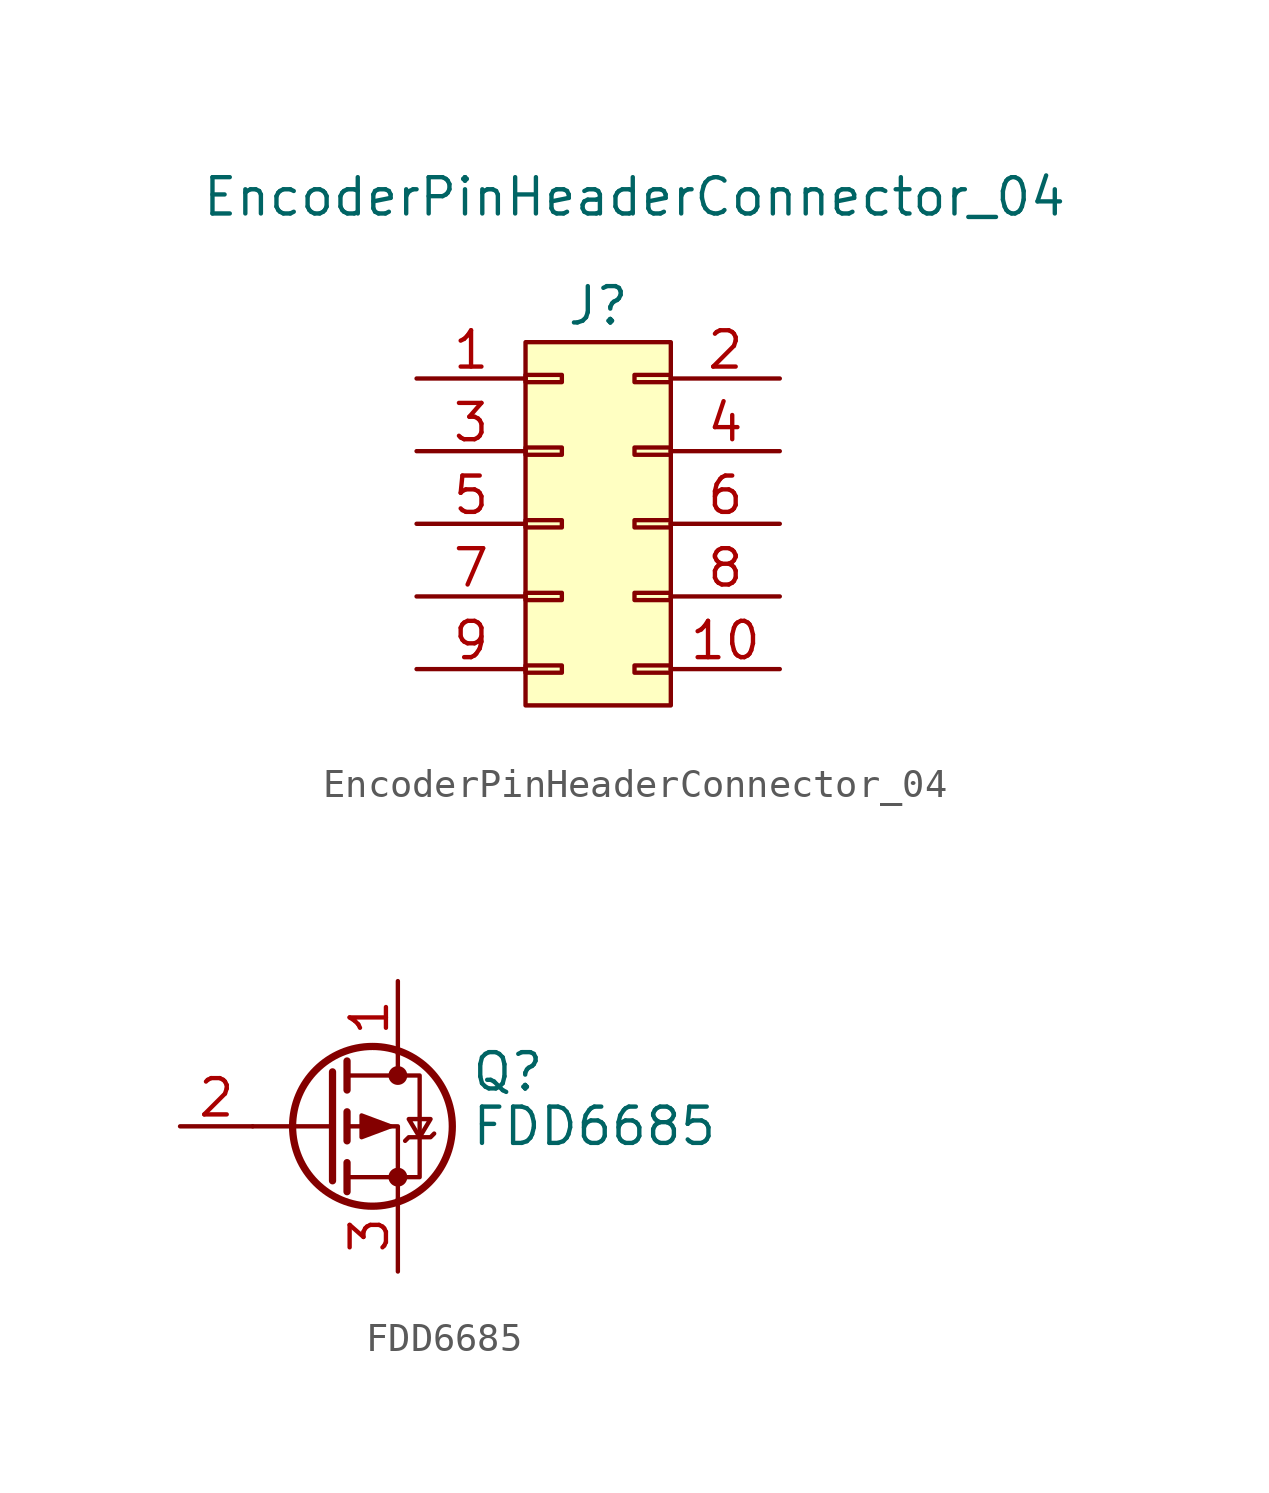
<source format=kicad_sym>
(kicad_symbol_lib
  (version 20220914)
  (generator kicad_symbol_editor)
  (symbol "EncoderPinHeaderConnector_04"
    (pin_names
      (offset 1.016) hide)
    (property "Reference" "J"
      (at 1.27 5.08 0)
      (effects (font (size 1.27 1.27))))
    (property "Value" "EncoderPinHeaderConnector_04"
      (at 2.54 8.89 0)
      (effects (font (size 1.27 1.27))))
    (symbol "EncoderPinHeaderConnector_04_0_1"
      (rectangle (start -1.27 3.81) (end 3.81 -8.89) (stroke (width 0) (type solid)) (fill (type background))))
    (symbol "EncoderPinHeaderConnector_04_1_1"
      (rectangle (start -1.27 -7.493) (end 0 -7.747) (stroke (width 0.152) (type solid)) (fill (type none)))
      (rectangle (start -1.27 -4.953) (end 0 -5.207) (stroke (width 0.152) (type solid)) (fill (type none)))
      (rectangle (start -1.27 -2.413) (end 0 -2.667) (stroke (width 0.152) (type solid)) (fill (type none)))
      (rectangle (start -1.27 0.127) (end 0 -0.127) (stroke (width 0.152) (type solid)) (fill (type none)))
      (rectangle (start -1.27 2.667) (end 0 2.413) (stroke (width 0.152) (type solid)) (fill (type none)))
      (rectangle (start 3.81 -7.493) (end 2.54 -7.747) (stroke (width 0.152) (type solid)) (fill (type none)))
      (rectangle (start 3.81 -4.953) (end 2.54 -5.207) (stroke (width 0.152) (type solid)) (fill (type none)))
      (rectangle (start 3.81 -2.413) (end 2.54 -2.667) (stroke (width 0.152) (type solid)) (fill (type none)))
      (rectangle (start 3.81 0.127) (end 2.54 -0.127) (stroke (width 0.152) (type solid)) (fill (type none)))
      (rectangle (start 3.81 2.667) (end 2.54 2.413) (stroke (width 0.152) (type solid)) (fill (type none)))
      (pin passive line (at -5.08 2.54 0) (length 3.81) (name "GND" (effects (font (size 1.27 1.27)))) (number "1" (effects (font (size 1.27 1.27)))))
      (pin passive line (at 7.62 -7.62 180) (length 3.81) (name "Pin_10" (effects (font (size 1.27 1.27)))) (number "10" (effects (font (size 1.27 1.27)))))
      (pin passive line (at 7.62 2.54 180) (length 3.81) (name "Power" (effects (font (size 1.27 1.27)))) (number "2" (effects (font (size 1.27 1.27)))))
      (pin passive line (at -5.08 0 0) (length 3.81) (name "Pin_3" (effects (font (size 1.27 1.27)))) (number "3" (effects (font (size 1.27 1.27)))))
      (pin passive line (at 7.62 0 180) (length 3.81) (name "Pin_4" (effects (font (size 1.27 1.27)))) (number "4" (effects (font (size 1.27 1.27)))))
      (pin passive line (at -5.08 -2.54 0) (length 3.81) (name "Pin_5" (effects (font (size 1.27 1.27)))) (number "5" (effects (font (size 1.27 1.27)))))
      (pin passive line (at 7.62 -2.54 180) (length 3.81) (name "Pin_6" (effects (font (size 1.27 1.27)))) (number "6" (effects (font (size 1.27 1.27)))))
      (pin passive line (at -5.08 -5.08 0) (length 3.81) (name "Pin_7" (effects (font (size 1.27 1.27)))) (number "7" (effects (font (size 1.27 1.27)))))
      (pin passive line (at 7.62 -5.08 180) (length 3.81) (name "Pin_8" (effects (font (size 1.27 1.27)))) (number "8" (effects (font (size 1.27 1.27)))))
      (pin passive line (at -5.08 -7.62 0) (length 3.81) (name "Pin_9" (effects (font (size 1.27 1.27)))) (number "9" (effects (font (size 1.27 1.27)))))))
  (symbol "FDD6685"
    (pin_names hide)
    (property "Reference" "Q"
      (at 5.08 1.905 0)
      (effects (font (size 1.27 1.27)) (justify left)))
    (property "Value" "FDD6685"
      (at 5.08 0 0)
      (effects (font (size 1.27 1.27)) (justify left)))
    (symbol "FDD6685_0_1"
      (polyline (pts (xy 0.254 0) (xy -2.54 0)) (stroke (width 0) (type solid)) (fill (type none)))
      (polyline (pts (xy 0.254 1.905) (xy 0.254 -1.905)) (stroke (width 0.254) (type solid)) (fill (type none)))
      (polyline (pts (xy 0.762 -1.27) (xy 0.762 -2.286)) (stroke (width 0.254) (type solid)) (fill (type none)))
      (polyline (pts (xy 0.762 0.508) (xy 0.762 -0.508)) (stroke (width 0.254) (type solid)) (fill (type none)))
      (polyline (pts (xy 0.762 2.286) (xy 0.762 1.27)) (stroke (width 0.254) (type solid)) (fill (type none)))
      (polyline (pts (xy 2.54 2.54) (xy 2.54 1.778)) (stroke (width 0) (type solid)) (fill (type none)))
      (polyline (pts (xy 2.54 -2.54) (xy 2.54 0) (xy 0.762 0)) (stroke (width 0) (type solid)) (fill (type none)))
      (polyline (pts (xy 0.762 1.778) (xy 3.302 1.778) (xy 3.302 -1.778) (xy 0.762 -1.778)) (stroke (width 0) (type solid)) (fill (type none)))
      (polyline (pts (xy 2.286 0) (xy 1.27 0.381) (xy 1.27 -0.381) (xy 2.286 0)) (stroke (width 0) (type solid)) (fill (type outline)))
      (polyline (pts (xy 2.794 -0.508) (xy 2.921 -0.381) (xy 3.683 -0.381) (xy 3.81 -0.254)) (stroke (width 0) (type solid)) (fill (type none)))
      (polyline (pts (xy 3.302 -0.381) (xy 2.921 0.254) (xy 3.683 0.254) (xy 3.302 -0.381)) (stroke (width 0) (type solid)) (fill (type none)))
      (circle (center 1.651 0) (radius 2.794) (stroke (width 0.254) (type solid)) (fill (type none)))
      (circle (center 2.54 -1.778) (radius 0.254) (stroke (width 0) (type solid)) (fill (type outline)))
      (circle (center 2.54 1.778) (radius 0.254) (stroke (width 0) (type solid)) (fill (type outline))))
    (symbol "FDD6685_1_1"
      (pin passive line (at 2.54 5.08 270) (length 2.54) (name "D" (effects (font (size 1.27 1.27)))) (number "1" (effects (font (size 1.27 1.27)))))
      (pin input line (at -5.08 0 0) (length 2.54) (name "G" (effects (font (size 1.27 1.27)))) (number "2" (effects (font (size 1.27 1.27)))))
      (pin passive line (at 2.54 -5.08 90) (length 2.54) (name "S" (effects (font (size 1.27 1.27)))) (number "3" (effects (font (size 1.27 1.27))))))))
</source>
